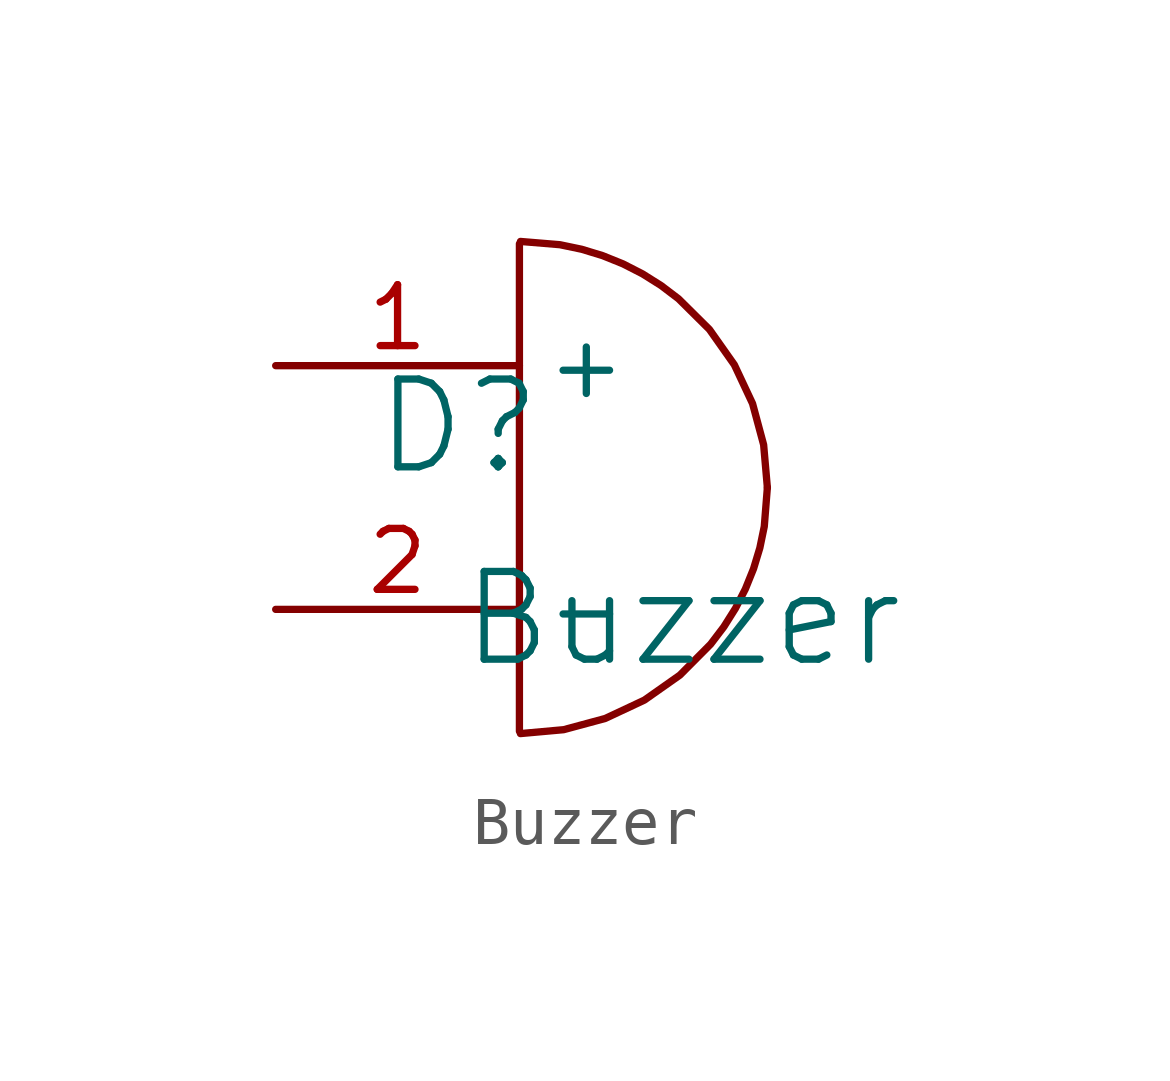
<source format=kicad_sym>
(kicad_symbol_lib
  (version 20241209)
  (generator "kicad_symbol_editor")
  (generator_version "9.0")
  (symbol "Buzzer"
    (property "Reference" "D"
      (at -1.27 1.27 0)
      (effects (font (size 1.829 1.829))))
    (property "Value" "Buzzer"
      (at -1.27 -3.81 0)
      (effects (font (size 1.829 1.829)) (justify left bottom)))
    (symbol "Buzzer_1_0"
      (polyline (pts (xy 0 -5.08) (xy 0 5.08)) (stroke (width 0) (type solid)) (fill (type none)))
      (bezier (pts (xy 0.021 -5.129) (xy 2.866 -5.118) (xy 5.168 -2.825) (xy 5.168 -0.001)) (stroke (width 0) (type solid)) (fill (type none)))
      (bezier (pts (xy 5.168 -0.001) (xy 5.168 2.823) (xy 2.868 5.117) (xy 0.022 5.129)) (stroke (width 0) (type solid)) (fill (type none)))
      (pin passive line (at -5.08 2.54 0) (length 5.08) (name "+" (effects (font (size 1.27 1.27)))) (number "1" (effects (font (size 1.27 1.27)))))
      (pin passive line (at -5.08 -2.54 0) (length 5.08) (name "-" (effects (font (size 1.27 1.27)))) (number "2" (effects (font (size 1.27 1.27))))))))
</source>
